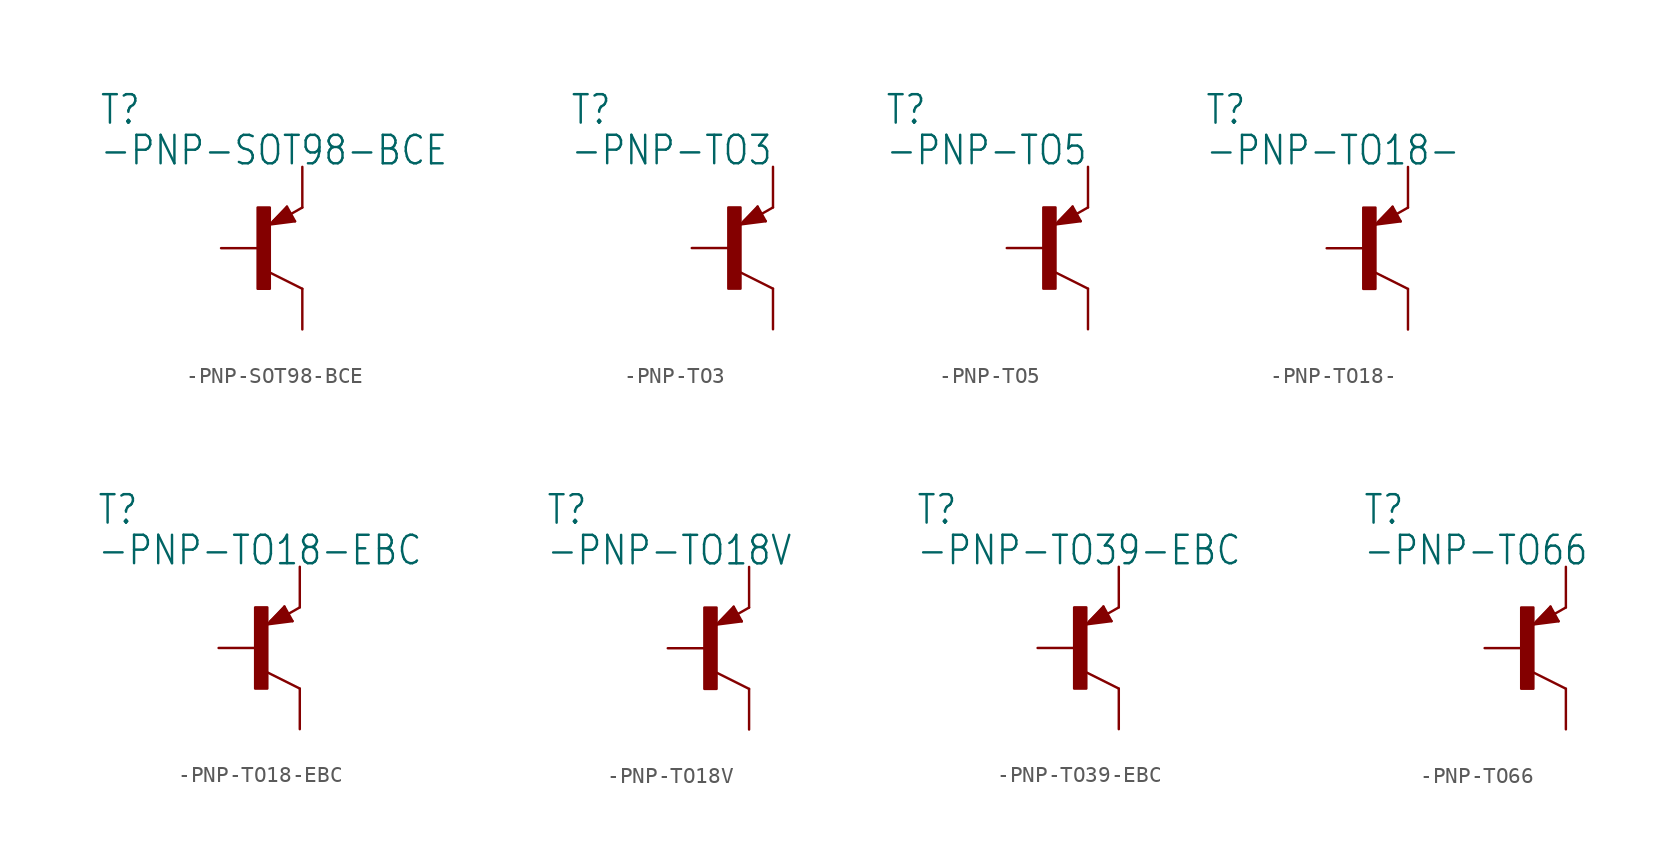
<source format=kicad_sym>
(kicad_symbol_lib
  (version 20211014)
  (generator kicad_symbol_editor)
  (symbol "-PNP-SOT98-BCE"
    (property "Reference" "T"
      (at -10.16 7.62 0)
      (effects (font (size 1.778 1.511)) (justify left bottom)))
    (property "Value" "-PNP-SOT98-BCE"
      (at -10.16 5.08 0)
      (effects (font (size 1.778 1.511)) (justify left bottom)))
    (property "ki_locked" ""
      (at 0 0 0)
      (effects (font (size 1.27 1.27))))
    (symbol "-PNP-SOT98-BCE_1_0"
      (rectangle (start -0.254 -2.54) (end 0.508 2.54) (stroke (width 0) (type default) (color 0 0 0 0)) (fill (type outline)))
      (polyline (pts (xy 0.516 1.478) (xy 2.086 1.678)) (stroke (width 0.152) (type default) (color 0 0 0 0)) (fill (type none)))
      (polyline (pts (xy 0.762 1.651) (xy 1.778 1.778)) (stroke (width 0.254) (type default) (color 0 0 0 0)) (fill (type none)))
      (polyline (pts (xy 1.143 1.905) (xy 1.524 1.905)) (stroke (width 0.254) (type default) (color 0 0 0 0)) (fill (type none)))
      (polyline (pts (xy 1.524 2.159) (xy 1.143 1.905)) (stroke (width 0.254) (type default) (color 0 0 0 0)) (fill (type none)))
      (polyline (pts (xy 1.524 2.413) (xy 0.762 1.651)) (stroke (width 0.254) (type default) (color 0 0 0 0)) (fill (type none)))
      (polyline (pts (xy 1.578 2.594) (xy 0.516 1.478)) (stroke (width 0.152) (type default) (color 0 0 0 0)) (fill (type none)))
      (polyline (pts (xy 1.778 1.778) (xy 1.524 2.159)) (stroke (width 0.254) (type default) (color 0 0 0 0)) (fill (type none)))
      (polyline (pts (xy 1.905 1.778) (xy 1.524 2.413)) (stroke (width 0.254) (type default) (color 0 0 0 0)) (fill (type none)))
      (polyline (pts (xy 2.086 1.678) (xy 1.578 2.594)) (stroke (width 0.152) (type default) (color 0 0 0 0)) (fill (type none)))
      (polyline (pts (xy 2.54 -2.54) (xy 0.508 -1.524)) (stroke (width 0.152) (type default) (color 0 0 0 0)) (fill (type none)))
      (polyline (pts (xy 2.54 2.54) (xy 1.808 2.124)) (stroke (width 0.152) (type default) (color 0 0 0 0)) (fill (type none)))
      (pin passive line (at -2.54 0 0) (length 2.54) (name "B" (effects (font (size 0 0)))) (number "B" (effects (font (size 0 0)))))
      (pin passive line (at 2.54 -5.08 90) (length 2.54) (name "C" (effects (font (size 0 0)))) (number "C" (effects (font (size 0 0)))))
      (pin passive line (at 2.54 5.08 270) (length 2.54) (name "E" (effects (font (size 0 0)))) (number "E" (effects (font (size 0 0)))))))
  (symbol "-PNP-TO3"
    (property "Reference" "T"
      (at -10.16 7.62 0)
      (effects (font (size 1.778 1.511)) (justify left bottom)))
    (property "Value" "-PNP-TO3"
      (at -10.16 5.08 0)
      (effects (font (size 1.778 1.511)) (justify left bottom)))
    (property "ki_locked" ""
      (at 0 0 0)
      (effects (font (size 1.27 1.27))))
    (symbol "-PNP-TO3_1_0"
      (rectangle (start -0.254 -2.54) (end 0.508 2.54) (stroke (width 0) (type default) (color 0 0 0 0)) (fill (type outline)))
      (polyline (pts (xy 0.516 1.478) (xy 2.086 1.678)) (stroke (width 0.152) (type default) (color 0 0 0 0)) (fill (type none)))
      (polyline (pts (xy 0.762 1.651) (xy 1.778 1.778)) (stroke (width 0.254) (type default) (color 0 0 0 0)) (fill (type none)))
      (polyline (pts (xy 1.143 1.905) (xy 1.524 1.905)) (stroke (width 0.254) (type default) (color 0 0 0 0)) (fill (type none)))
      (polyline (pts (xy 1.524 2.159) (xy 1.143 1.905)) (stroke (width 0.254) (type default) (color 0 0 0 0)) (fill (type none)))
      (polyline (pts (xy 1.524 2.413) (xy 0.762 1.651)) (stroke (width 0.254) (type default) (color 0 0 0 0)) (fill (type none)))
      (polyline (pts (xy 1.578 2.594) (xy 0.516 1.478)) (stroke (width 0.152) (type default) (color 0 0 0 0)) (fill (type none)))
      (polyline (pts (xy 1.778 1.778) (xy 1.524 2.159)) (stroke (width 0.254) (type default) (color 0 0 0 0)) (fill (type none)))
      (polyline (pts (xy 1.905 1.778) (xy 1.524 2.413)) (stroke (width 0.254) (type default) (color 0 0 0 0)) (fill (type none)))
      (polyline (pts (xy 2.086 1.678) (xy 1.578 2.594)) (stroke (width 0.152) (type default) (color 0 0 0 0)) (fill (type none)))
      (polyline (pts (xy 2.54 -2.54) (xy 0.508 -1.524)) (stroke (width 0.152) (type default) (color 0 0 0 0)) (fill (type none)))
      (polyline (pts (xy 2.54 2.54) (xy 1.808 2.124)) (stroke (width 0.152) (type default) (color 0 0 0 0)) (fill (type none)))
      (pin passive line (at -2.54 0 0) (length 2.54) (name "B" (effects (font (size 0 0)))) (number "B" (effects (font (size 0 0)))))
      (pin passive line (at 2.54 -5.08 90) (length 2.54) (name "C" (effects (font (size 0 0)))) (number "C" (effects (font (size 0 0)))))
      (pin passive line (at 2.54 5.08 270) (length 2.54) (name "E" (effects (font (size 0 0)))) (number "E" (effects (font (size 0 0)))))))
  (symbol "-PNP-TO5"
    (property "Reference" "T"
      (at -10.16 7.62 0)
      (effects (font (size 1.778 1.511)) (justify left bottom)))
    (property "Value" "-PNP-TO5"
      (at -10.16 5.08 0)
      (effects (font (size 1.778 1.511)) (justify left bottom)))
    (property "ki_locked" ""
      (at 0 0 0)
      (effects (font (size 1.27 1.27))))
    (symbol "-PNP-TO5_1_0"
      (rectangle (start -0.254 -2.54) (end 0.508 2.54) (stroke (width 0) (type default) (color 0 0 0 0)) (fill (type outline)))
      (polyline (pts (xy 0.516 1.478) (xy 2.086 1.678)) (stroke (width 0.152) (type default) (color 0 0 0 0)) (fill (type none)))
      (polyline (pts (xy 0.762 1.651) (xy 1.778 1.778)) (stroke (width 0.254) (type default) (color 0 0 0 0)) (fill (type none)))
      (polyline (pts (xy 1.143 1.905) (xy 1.524 1.905)) (stroke (width 0.254) (type default) (color 0 0 0 0)) (fill (type none)))
      (polyline (pts (xy 1.524 2.159) (xy 1.143 1.905)) (stroke (width 0.254) (type default) (color 0 0 0 0)) (fill (type none)))
      (polyline (pts (xy 1.524 2.413) (xy 0.762 1.651)) (stroke (width 0.254) (type default) (color 0 0 0 0)) (fill (type none)))
      (polyline (pts (xy 1.578 2.594) (xy 0.516 1.478)) (stroke (width 0.152) (type default) (color 0 0 0 0)) (fill (type none)))
      (polyline (pts (xy 1.778 1.778) (xy 1.524 2.159)) (stroke (width 0.254) (type default) (color 0 0 0 0)) (fill (type none)))
      (polyline (pts (xy 1.905 1.778) (xy 1.524 2.413)) (stroke (width 0.254) (type default) (color 0 0 0 0)) (fill (type none)))
      (polyline (pts (xy 2.086 1.678) (xy 1.578 2.594)) (stroke (width 0.152) (type default) (color 0 0 0 0)) (fill (type none)))
      (polyline (pts (xy 2.54 -2.54) (xy 0.508 -1.524)) (stroke (width 0.152) (type default) (color 0 0 0 0)) (fill (type none)))
      (polyline (pts (xy 2.54 2.54) (xy 1.808 2.124)) (stroke (width 0.152) (type default) (color 0 0 0 0)) (fill (type none)))
      (pin passive line (at 2.54 5.08 270) (length 2.54) (name "E" (effects (font (size 0 0)))) (number "1" (effects (font (size 0 0)))))
      (pin passive line (at -2.54 0 0) (length 2.54) (name "B" (effects (font (size 0 0)))) (number "2" (effects (font (size 0 0)))))
      (pin passive line (at 2.54 -5.08 90) (length 2.54) (name "C" (effects (font (size 0 0)))) (number "3" (effects (font (size 0 0)))))))
  (symbol "-PNP-TO18-"
    (property "Reference" "T"
      (at -10.16 7.62 0)
      (effects (font (size 1.778 1.511)) (justify left bottom)))
    (property "Value" "-PNP-TO18-"
      (at -10.16 5.08 0)
      (effects (font (size 1.778 1.511)) (justify left bottom)))
    (property "ki_locked" ""
      (at 0 0 0)
      (effects (font (size 1.27 1.27))))
    (symbol "-PNP-TO18-_1_0"
      (rectangle (start -0.254 -2.54) (end 0.508 2.54) (stroke (width 0) (type default) (color 0 0 0 0)) (fill (type outline)))
      (polyline (pts (xy 0.516 1.478) (xy 2.086 1.678)) (stroke (width 0.152) (type default) (color 0 0 0 0)) (fill (type none)))
      (polyline (pts (xy 0.762 1.651) (xy 1.778 1.778)) (stroke (width 0.254) (type default) (color 0 0 0 0)) (fill (type none)))
      (polyline (pts (xy 1.143 1.905) (xy 1.524 1.905)) (stroke (width 0.254) (type default) (color 0 0 0 0)) (fill (type none)))
      (polyline (pts (xy 1.524 2.159) (xy 1.143 1.905)) (stroke (width 0.254) (type default) (color 0 0 0 0)) (fill (type none)))
      (polyline (pts (xy 1.524 2.413) (xy 0.762 1.651)) (stroke (width 0.254) (type default) (color 0 0 0 0)) (fill (type none)))
      (polyline (pts (xy 1.578 2.594) (xy 0.516 1.478)) (stroke (width 0.152) (type default) (color 0 0 0 0)) (fill (type none)))
      (polyline (pts (xy 1.778 1.778) (xy 1.524 2.159)) (stroke (width 0.254) (type default) (color 0 0 0 0)) (fill (type none)))
      (polyline (pts (xy 1.905 1.778) (xy 1.524 2.413)) (stroke (width 0.254) (type default) (color 0 0 0 0)) (fill (type none)))
      (polyline (pts (xy 2.086 1.678) (xy 1.578 2.594)) (stroke (width 0.152) (type default) (color 0 0 0 0)) (fill (type none)))
      (polyline (pts (xy 2.54 -2.54) (xy 0.508 -1.524)) (stroke (width 0.152) (type default) (color 0 0 0 0)) (fill (type none)))
      (polyline (pts (xy 2.54 2.54) (xy 1.808 2.124)) (stroke (width 0.152) (type default) (color 0 0 0 0)) (fill (type none)))
      (pin passive line (at 2.54 5.08 270) (length 2.54) (name "E" (effects (font (size 0 0)))) (number "1" (effects (font (size 0 0)))))
      (pin passive line (at -2.54 0 0) (length 2.54) (name "B" (effects (font (size 0 0)))) (number "2" (effects (font (size 0 0)))))
      (pin passive line (at 2.54 -5.08 90) (length 2.54) (name "C" (effects (font (size 0 0)))) (number "3" (effects (font (size 0 0)))))))
  (symbol "-PNP-TO18-EBC"
    (property "Reference" "T"
      (at -10.16 7.62 0)
      (effects (font (size 1.778 1.511)) (justify left bottom)))
    (property "Value" "-PNP-TO18-EBC"
      (at -10.16 5.08 0)
      (effects (font (size 1.778 1.511)) (justify left bottom)))
    (property "ki_locked" ""
      (at 0 0 0)
      (effects (font (size 1.27 1.27))))
    (symbol "-PNP-TO18-EBC_1_0"
      (rectangle (start -0.254 -2.54) (end 0.508 2.54) (stroke (width 0) (type default) (color 0 0 0 0)) (fill (type outline)))
      (polyline (pts (xy 0.516 1.478) (xy 2.086 1.678)) (stroke (width 0.152) (type default) (color 0 0 0 0)) (fill (type none)))
      (polyline (pts (xy 0.762 1.651) (xy 1.778 1.778)) (stroke (width 0.254) (type default) (color 0 0 0 0)) (fill (type none)))
      (polyline (pts (xy 1.143 1.905) (xy 1.524 1.905)) (stroke (width 0.254) (type default) (color 0 0 0 0)) (fill (type none)))
      (polyline (pts (xy 1.524 2.159) (xy 1.143 1.905)) (stroke (width 0.254) (type default) (color 0 0 0 0)) (fill (type none)))
      (polyline (pts (xy 1.524 2.413) (xy 0.762 1.651)) (stroke (width 0.254) (type default) (color 0 0 0 0)) (fill (type none)))
      (polyline (pts (xy 1.578 2.594) (xy 0.516 1.478)) (stroke (width 0.152) (type default) (color 0 0 0 0)) (fill (type none)))
      (polyline (pts (xy 1.778 1.778) (xy 1.524 2.159)) (stroke (width 0.254) (type default) (color 0 0 0 0)) (fill (type none)))
      (polyline (pts (xy 1.905 1.778) (xy 1.524 2.413)) (stroke (width 0.254) (type default) (color 0 0 0 0)) (fill (type none)))
      (polyline (pts (xy 2.086 1.678) (xy 1.578 2.594)) (stroke (width 0.152) (type default) (color 0 0 0 0)) (fill (type none)))
      (polyline (pts (xy 2.54 -2.54) (xy 0.508 -1.524)) (stroke (width 0.152) (type default) (color 0 0 0 0)) (fill (type none)))
      (polyline (pts (xy 2.54 2.54) (xy 1.808 2.124)) (stroke (width 0.152) (type default) (color 0 0 0 0)) (fill (type none)))
      (pin passive line (at 2.54 5.08 270) (length 2.54) (name "E" (effects (font (size 0 0)))) (number "1" (effects (font (size 0 0)))))
      (pin passive line (at -2.54 0 0) (length 2.54) (name "B" (effects (font (size 0 0)))) (number "2" (effects (font (size 0 0)))))
      (pin passive line (at 2.54 -5.08 90) (length 2.54) (name "C" (effects (font (size 0 0)))) (number "3" (effects (font (size 0 0)))))))
  (symbol "-PNP-TO18V"
    (property "Reference" "T"
      (at -10.16 7.62 0)
      (effects (font (size 1.778 1.511)) (justify left bottom)))
    (property "Value" "-PNP-TO18V"
      (at -10.16 5.08 0)
      (effects (font (size 1.778 1.511)) (justify left bottom)))
    (property "ki_locked" ""
      (at 0 0 0)
      (effects (font (size 1.27 1.27))))
    (symbol "-PNP-TO18V_1_0"
      (rectangle (start -0.254 -2.54) (end 0.508 2.54) (stroke (width 0) (type default) (color 0 0 0 0)) (fill (type outline)))
      (polyline (pts (xy 0.516 1.478) (xy 2.086 1.678)) (stroke (width 0.152) (type default) (color 0 0 0 0)) (fill (type none)))
      (polyline (pts (xy 0.762 1.651) (xy 1.778 1.778)) (stroke (width 0.254) (type default) (color 0 0 0 0)) (fill (type none)))
      (polyline (pts (xy 1.143 1.905) (xy 1.524 1.905)) (stroke (width 0.254) (type default) (color 0 0 0 0)) (fill (type none)))
      (polyline (pts (xy 1.524 2.159) (xy 1.143 1.905)) (stroke (width 0.254) (type default) (color 0 0 0 0)) (fill (type none)))
      (polyline (pts (xy 1.524 2.413) (xy 0.762 1.651)) (stroke (width 0.254) (type default) (color 0 0 0 0)) (fill (type none)))
      (polyline (pts (xy 1.578 2.594) (xy 0.516 1.478)) (stroke (width 0.152) (type default) (color 0 0 0 0)) (fill (type none)))
      (polyline (pts (xy 1.778 1.778) (xy 1.524 2.159)) (stroke (width 0.254) (type default) (color 0 0 0 0)) (fill (type none)))
      (polyline (pts (xy 1.905 1.778) (xy 1.524 2.413)) (stroke (width 0.254) (type default) (color 0 0 0 0)) (fill (type none)))
      (polyline (pts (xy 2.086 1.678) (xy 1.578 2.594)) (stroke (width 0.152) (type default) (color 0 0 0 0)) (fill (type none)))
      (polyline (pts (xy 2.54 -2.54) (xy 0.508 -1.524)) (stroke (width 0.152) (type default) (color 0 0 0 0)) (fill (type none)))
      (polyline (pts (xy 2.54 2.54) (xy 1.808 2.124)) (stroke (width 0.152) (type default) (color 0 0 0 0)) (fill (type none)))
      (pin passive line (at 2.54 5.08 270) (length 2.54) (name "E" (effects (font (size 0 0)))) (number "1" (effects (font (size 0 0)))))
      (pin passive line (at -2.54 0 0) (length 2.54) (name "B" (effects (font (size 0 0)))) (number "2" (effects (font (size 0 0)))))
      (pin passive line (at 2.54 -5.08 90) (length 2.54) (name "C" (effects (font (size 0 0)))) (number "3" (effects (font (size 0 0)))))))
  (symbol "-PNP-TO39-EBC"
    (property "Reference" "T"
      (at -10.16 7.62 0)
      (effects (font (size 1.778 1.511)) (justify left bottom)))
    (property "Value" "-PNP-TO39-EBC"
      (at -10.16 5.08 0)
      (effects (font (size 1.778 1.511)) (justify left bottom)))
    (property "ki_locked" ""
      (at 0 0 0)
      (effects (font (size 1.27 1.27))))
    (symbol "-PNP-TO39-EBC_1_0"
      (rectangle (start -0.254 -2.54) (end 0.508 2.54) (stroke (width 0) (type default) (color 0 0 0 0)) (fill (type outline)))
      (polyline (pts (xy 0.516 1.478) (xy 2.086 1.678)) (stroke (width 0.152) (type default) (color 0 0 0 0)) (fill (type none)))
      (polyline (pts (xy 0.762 1.651) (xy 1.778 1.778)) (stroke (width 0.254) (type default) (color 0 0 0 0)) (fill (type none)))
      (polyline (pts (xy 1.143 1.905) (xy 1.524 1.905)) (stroke (width 0.254) (type default) (color 0 0 0 0)) (fill (type none)))
      (polyline (pts (xy 1.524 2.159) (xy 1.143 1.905)) (stroke (width 0.254) (type default) (color 0 0 0 0)) (fill (type none)))
      (polyline (pts (xy 1.524 2.413) (xy 0.762 1.651)) (stroke (width 0.254) (type default) (color 0 0 0 0)) (fill (type none)))
      (polyline (pts (xy 1.578 2.594) (xy 0.516 1.478)) (stroke (width 0.152) (type default) (color 0 0 0 0)) (fill (type none)))
      (polyline (pts (xy 1.778 1.778) (xy 1.524 2.159)) (stroke (width 0.254) (type default) (color 0 0 0 0)) (fill (type none)))
      (polyline (pts (xy 1.905 1.778) (xy 1.524 2.413)) (stroke (width 0.254) (type default) (color 0 0 0 0)) (fill (type none)))
      (polyline (pts (xy 2.086 1.678) (xy 1.578 2.594)) (stroke (width 0.152) (type default) (color 0 0 0 0)) (fill (type none)))
      (polyline (pts (xy 2.54 -2.54) (xy 0.508 -1.524)) (stroke (width 0.152) (type default) (color 0 0 0 0)) (fill (type none)))
      (polyline (pts (xy 2.54 2.54) (xy 1.808 2.124)) (stroke (width 0.152) (type default) (color 0 0 0 0)) (fill (type none)))
      (pin passive line (at 2.54 5.08 270) (length 2.54) (name "E" (effects (font (size 0 0)))) (number "1" (effects (font (size 0 0)))))
      (pin passive line (at -2.54 0 0) (length 2.54) (name "B" (effects (font (size 0 0)))) (number "2" (effects (font (size 0 0)))))
      (pin passive line (at 2.54 -5.08 90) (length 2.54) (name "C" (effects (font (size 0 0)))) (number "3" (effects (font (size 0 0)))))))
  (symbol "-PNP-TO66"
    (property "Reference" "T"
      (at -10.16 7.62 0)
      (effects (font (size 1.778 1.511)) (justify left bottom)))
    (property "Value" "-PNP-TO66"
      (at -10.16 5.08 0)
      (effects (font (size 1.778 1.511)) (justify left bottom)))
    (property "ki_locked" ""
      (at 0 0 0)
      (effects (font (size 1.27 1.27))))
    (symbol "-PNP-TO66_1_0"
      (rectangle (start -0.254 -2.54) (end 0.508 2.54) (stroke (width 0) (type default) (color 0 0 0 0)) (fill (type outline)))
      (polyline (pts (xy 0.516 1.478) (xy 2.086 1.678)) (stroke (width 0.152) (type default) (color 0 0 0 0)) (fill (type none)))
      (polyline (pts (xy 0.762 1.651) (xy 1.778 1.778)) (stroke (width 0.254) (type default) (color 0 0 0 0)) (fill (type none)))
      (polyline (pts (xy 1.143 1.905) (xy 1.524 1.905)) (stroke (width 0.254) (type default) (color 0 0 0 0)) (fill (type none)))
      (polyline (pts (xy 1.524 2.159) (xy 1.143 1.905)) (stroke (width 0.254) (type default) (color 0 0 0 0)) (fill (type none)))
      (polyline (pts (xy 1.524 2.413) (xy 0.762 1.651)) (stroke (width 0.254) (type default) (color 0 0 0 0)) (fill (type none)))
      (polyline (pts (xy 1.578 2.594) (xy 0.516 1.478)) (stroke (width 0.152) (type default) (color 0 0 0 0)) (fill (type none)))
      (polyline (pts (xy 1.778 1.778) (xy 1.524 2.159)) (stroke (width 0.254) (type default) (color 0 0 0 0)) (fill (type none)))
      (polyline (pts (xy 1.905 1.778) (xy 1.524 2.413)) (stroke (width 0.254) (type default) (color 0 0 0 0)) (fill (type none)))
      (polyline (pts (xy 2.086 1.678) (xy 1.578 2.594)) (stroke (width 0.152) (type default) (color 0 0 0 0)) (fill (type none)))
      (polyline (pts (xy 2.54 -2.54) (xy 0.508 -1.524)) (stroke (width 0.152) (type default) (color 0 0 0 0)) (fill (type none)))
      (polyline (pts (xy 2.54 2.54) (xy 1.808 2.124)) (stroke (width 0.152) (type default) (color 0 0 0 0)) (fill (type none)))
      (pin passive line (at 2.54 5.08 270) (length 2.54) (name "E" (effects (font (size 0 0)))) (number "1" (effects (font (size 0 0)))))
      (pin passive line (at -2.54 0 0) (length 2.54) (name "B" (effects (font (size 0 0)))) (number "2" (effects (font (size 0 0)))))
      (pin passive line (at 2.54 -5.08 90) (length 2.54) (name "C" (effects (font (size 0 0)))) (number "3" (effects (font (size 0 0))))))))
</source>
